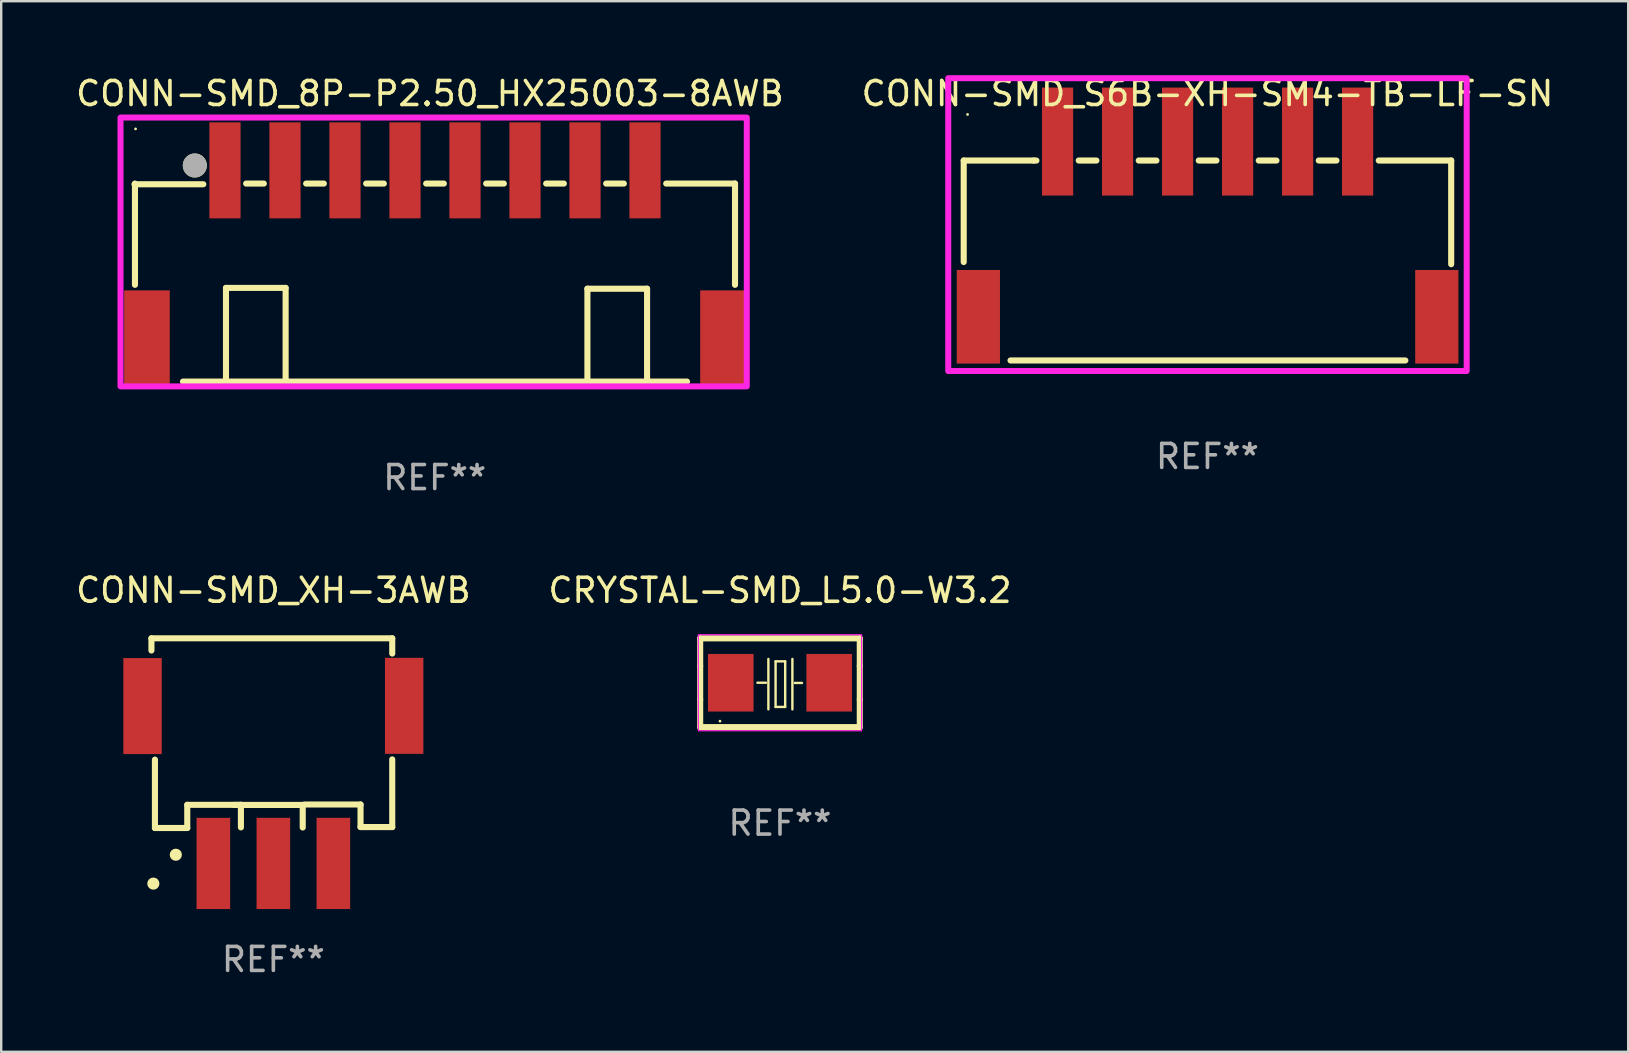
<source format=kicad_pcb>
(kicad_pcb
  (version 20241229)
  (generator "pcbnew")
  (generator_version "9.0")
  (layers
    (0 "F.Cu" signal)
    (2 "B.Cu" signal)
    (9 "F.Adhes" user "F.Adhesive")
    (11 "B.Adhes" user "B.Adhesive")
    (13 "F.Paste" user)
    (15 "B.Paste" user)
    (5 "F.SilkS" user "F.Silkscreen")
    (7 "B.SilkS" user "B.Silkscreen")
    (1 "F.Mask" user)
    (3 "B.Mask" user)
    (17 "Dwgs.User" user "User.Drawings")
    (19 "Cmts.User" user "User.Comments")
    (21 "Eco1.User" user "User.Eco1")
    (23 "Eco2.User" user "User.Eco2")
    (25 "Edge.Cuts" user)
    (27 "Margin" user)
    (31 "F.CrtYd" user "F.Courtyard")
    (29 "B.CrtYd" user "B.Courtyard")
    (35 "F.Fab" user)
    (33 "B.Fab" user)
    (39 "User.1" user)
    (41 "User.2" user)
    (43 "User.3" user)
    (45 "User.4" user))
  (footprint "CONN-SMD_8P-P2.50_HX25003-8AWB"
    (layer "F.Cu")
    (at 15.063 8.448)
    (property "Reference" "CONN-SMD_8P-P2.50_HX25003-8AWB" (at -0.2 -7.6 0) (layer "F.SilkS") (effects (font (size 1 1) (thickness 0.15))))
    (attr through_hole)
    (fp_line (start -12.49 -3.85) (end -12.49 0.369) (stroke (width 0.254) (type solid)) (layer "F.SilkS"))
    (fp_line (start -10.49 4.4) (end 10.51 4.4) (stroke (width 0.254) (type solid)) (layer "F.SilkS"))
    (fp_line (start -9.642 -3.821) (end -12.51 -3.821) (stroke (width 0.254) (type solid)) (layer "F.SilkS"))
    (fp_line (start -8.698 0.497) (end -6.213 0.497) (stroke (width 0.254) (type solid)) (layer "F.SilkS"))
    (fp_line (start -8.698 4.4) (end -8.698 0.497) (stroke (width 0.254) (type solid)) (layer "F.SilkS"))
    (fp_line (start -7.121 -3.85) (end -7.858 -3.85) (stroke (width 0.254) (type solid)) (layer "F.SilkS"))
    (fp_line (start -6.213 0.497) (end -6.213 4.4) (stroke (width 0.254) (type solid)) (layer "F.SilkS"))
    (fp_line (start -4.621 -3.85) (end -5.358 -3.85) (stroke (width 0.254) (type solid)) (layer "F.SilkS"))
    (fp_line (start -2.121 -3.85) (end -2.858 -3.85) (stroke (width 0.254) (type solid)) (layer "F.SilkS"))
    (fp_line (start 0.379 -3.85) (end -0.358 -3.85) (stroke (width 0.254) (type solid)) (layer "F.SilkS"))
    (fp_line (start 2.879 -3.85) (end 2.142 -3.85) (stroke (width 0.254) (type solid)) (layer "F.SilkS"))
    (fp_line (start 5.379 -3.85) (end 4.642 -3.85) (stroke (width 0.254) (type solid)) (layer "F.SilkS"))
    (fp_line (start 6.36 0.531) (end 6.36 4.4) (stroke (width 0.254) (type solid)) (layer "F.SilkS"))
    (fp_line (start 6.36 0.531) (end 8.846 0.531) (stroke (width 0.254) (type solid)) (layer "F.SilkS"))
    (fp_line (start 7.879 -3.85) (end 7.142 -3.85) (stroke (width 0.254) (type solid)) (layer "F.SilkS"))
    (fp_line (start 8.846 0.531) (end 8.846 4.4) (stroke (width 0.254) (type solid)) (layer "F.SilkS"))
    (fp_line (start 12.51 -3.85) (end 9.642 -3.85) (stroke (width 0.254) (type solid)) (layer "F.SilkS"))
    (fp_line (start 12.51 -3.85) (end 12.51 0.369) (stroke (width 0.254) (type solid)) (layer "F.SilkS"))
    (fp_circle (center -12.465 -6.127) (end -12.435 -6.127) (stroke (width 0.06) (type solid)) (fill no) (layer "F.SilkS"))
    (fp_circle (center -9.994 -4.605) (end -9.744 -4.605) (stroke (width 0.5) (type solid)) (fill no) (layer "F.SilkS"))
    (fp_rect (start -13.092 4.6) (end 13 -6.6) (stroke (width 0.25) (type solid)) (fill no) (layer "F.CrtYd"))
    (fp_circle (center -10 -4.6) (end -9.75 -4.6) (stroke (width 0.5) (type solid)) (fill no) (layer "F.Fab"))
    (fp_text user "REF**" (at 0 8.4 0) (layer "F.Fab") (effects (font (size 1 1) (thickness 0.15))))
    (pad "1" smd rect (at -8.74 -4.4) (size 1.3 4) (layers "F.Cu" "F.Mask" "F.Paste"))
    (pad "2" smd rect (at -6.24 -4.4) (size 1.3 4) (layers "F.Cu" "F.Mask" "F.Paste"))
    (pad "3" smd rect (at -3.74 -4.4) (size 1.3 4) (layers "F.Cu" "F.Mask" "F.Paste"))
    (pad "4" smd rect (at -1.24 -4.4) (size 1.3 4) (layers "F.Cu" "F.Mask" "F.Paste"))
    (pad "5" smd rect (at 1.26 -4.4) (size 1.3 4) (layers "F.Cu" "F.Mask" "F.Paste"))
    (pad "6" smd rect (at 3.76 -4.4) (size 1.3 4) (layers "F.Cu" "F.Mask" "F.Paste"))
    (pad "7" smd rect (at 6.26 -4.4) (size 1.3 4) (layers "F.Cu" "F.Mask" "F.Paste"))
    (pad "8" smd rect (at 8.76 -4.4) (size 1.3 4) (layers "F.Cu" "F.Mask" "F.Paste"))
    (pad "9" smd rect (at 12.01 2.6) (size 1.9 4) (layers "F.Cu" "F.Mask" "F.Paste"))
    (pad "10" smd rect (at -11.99 2.6) (size 1.9 4) (layers "F.Cu" "F.Mask" "F.Paste")))
  (footprint "CONN-SMD_XH-3AWB"
    (layer "F.Cu")
    (at 8.339 28.234)
    (property "Reference" "CONN-SMD_XH-3AWB" (at 0 -6.69 0) (layer "F.SilkS") (effects (font (size 1 1) (thickness 0.15))))
    (attr through_hole)
    (fp_line (start -5.08 -4.69) (end 4.953 -4.69) (stroke (width 0.254) (type solid)) (layer "F.SilkS"))
    (fp_line (start -5.08 -4.182) (end -5.08 -4.69) (stroke (width 0.254) (type solid)) (layer "F.SilkS"))
    (fp_line (start -4.934 3.213) (end -4.934 0.364) (stroke (width 0.254) (type solid)) (layer "F.SilkS"))
    (fp_line (start -4.934 3.213) (end -3.587 3.213) (stroke (width 0.254) (type solid)) (layer "F.SilkS"))
    (fp_line (start -3.587 2.247) (end -1.352 2.247) (stroke (width 0.254) (type solid)) (layer "F.SilkS"))
    (fp_line (start -3.587 3.213) (end -3.587 2.247) (stroke (width 0.254) (type solid)) (layer "F.SilkS"))
    (fp_line (start -1.647 2.252) (end 1.223 2.252) (stroke (width 0.254) (type solid)) (layer "F.SilkS"))
    (fp_line (start -1.352 2.247) (end -1.352 3.187) (stroke (width 0.254) (type solid)) (layer "F.SilkS"))
    (fp_line (start 1.223 2.252) (end 1.223 3.192) (stroke (width 0.254) (type solid)) (layer "F.SilkS"))
    (fp_line (start 1.295 2.234) (end 3.632 2.234) (stroke (width 0.254) (type solid)) (layer "F.SilkS"))
    (fp_line (start 3.632 2.234) (end 3.632 3.174) (stroke (width 0.254) (type solid)) (layer "F.SilkS"))
    (fp_line (start 3.632 3.174) (end 4.953 3.174) (stroke (width 0.254) (type solid)) (layer "F.SilkS"))
    (fp_line (start 4.953 -4.69) (end 4.953 -4.055) (stroke (width 0.254) (type solid)) (layer "F.SilkS"))
    (fp_line (start 4.953 3.174) (end 4.953 0.354) (stroke (width 0.254) (type solid)) (layer "F.SilkS"))
    (fp_circle (center -5 5.53) (end -4.873 5.53) (stroke (width 0.254) (type solid)) (fill no) (layer "F.SilkS"))
    (fp_circle (center -4.064 4.327) (end -3.937 4.327) (stroke (width 0.254) (type solid)) (fill no) (layer "F.SilkS"))
    (fp_text user "REF**" (at 0 8.69 0) (layer "F.Fab") (effects (font (size 1 1) (thickness 0.15))))
    (pad "1" smd rect (at -2.5 4.69) (size 1.4 3.8) (layers "F.Cu" "F.Mask" "F.Paste"))
    (pad "2" smd rect (at -0.000127 4.689) (size 1.4 3.8) (layers "F.Cu" "F.Mask" "F.Paste"))
    (pad "3" smd rect (at 2.5 4.689) (size 1.4 3.8) (layers "F.Cu" "F.Mask" "F.Paste"))
    (pad "4" smd rect (at 5.45 -1.877) (size 1.6 4) (layers "F.Cu" "F.Mask" "F.Paste"))
    (pad "5" smd rect (at -5.45 -1.867) (size 1.6 4) (layers "F.Cu" "F.Mask" "F.Paste")))
  (footprint "CONN-SMD_S6B-XH-SM4-TB-LF-SN"
    (layer "F.Cu")
    (at 47.256 7.408)
    (property "Reference" "CONN-SMD_S6B-XH-SM4-TB-LF-SN" (at 0 -6.56 0) (layer "F.SilkS") (effects (font (size 1 1) (thickness 0.15))))
    (attr through_hole)
    (fp_line (start -10.155 -3.77) (end -10.155 0.46) (stroke (width 0.254) (type solid)) (layer "F.SilkS"))
    (fp_line (start -8.205 4.56) (end 8.245 4.56) (stroke (width 0.254) (type solid)) (layer "F.SilkS"))
    (fp_line (start -7.235 -3.77) (end -10.155 -3.77) (stroke (width 0.254) (type solid)) (layer "F.SilkS"))
    (fp_line (start -7.235 -3.77) (end -7.126 -3.77) (stroke (width 0.254) (type solid)) (layer "F.SilkS"))
    (fp_line (start -5.364 -3.77) (end -4.626 -3.77) (stroke (width 0.254) (type solid)) (layer "F.SilkS"))
    (fp_line (start -2.864 -3.77) (end -2.126 -3.77) (stroke (width 0.254) (type solid)) (layer "F.SilkS"))
    (fp_line (start -0.364 -3.77) (end 0.374 -3.77) (stroke (width 0.254) (type solid)) (layer "F.SilkS"))
    (fp_line (start 2.136 -3.77) (end 2.874 -3.77) (stroke (width 0.254) (type solid)) (layer "F.SilkS"))
    (fp_line (start 4.636 -3.77) (end 5.374 -3.77) (stroke (width 0.254) (type solid)) (layer "F.SilkS"))
    (fp_line (start 7.136 -3.77) (end 10.155 -3.77) (stroke (width 0.254) (type solid)) (layer "F.SilkS"))
    (fp_line (start 10.155 -3.77) (end 10.155 0.55) (stroke (width 0.254) (type solid)) (layer "F.SilkS"))
    (fp_circle (center -9.995 -5.69) (end -9.965 -5.69) (stroke (width 0.06) (type solid)) (fill no) (layer "F.SilkS"))
    (fp_rect (start -10.8 5) (end 10.8 -7.2) (stroke (width 0.25) (type solid)) (fill no) (layer "F.CrtYd"))
    (fp_text user "REF**" (at 0 8.56 0) (layer "F.Fab") (effects (font (size 1 1) (thickness 0.15))))
    (pad "1" smd rect (at -6.245 -4.56) (size 1.3 4.5) (layers "F.Cu" "F.Mask" "F.Paste"))
    (pad "2" smd rect (at -3.745 -4.56) (size 1.3 4.5) (layers "F.Cu" "F.Mask" "F.Paste"))
    (pad "3" smd rect (at -1.245 -4.56) (size 1.3 4.5) (layers "F.Cu" "F.Mask" "F.Paste"))
    (pad "4" smd rect (at 1.255 -4.56) (size 1.3 4.5) (layers "F.Cu" "F.Mask" "F.Paste"))
    (pad "5" smd rect (at 3.755 -4.56) (size 1.3 4.5) (layers "F.Cu" "F.Mask" "F.Paste"))
    (pad "6" smd rect (at 6.255 -4.56) (size 1.3 4.5) (layers "F.Cu" "F.Mask" "F.Paste"))
    (pad "7" smd rect (at 9.555 2.74) (size 1.8 3.9) (layers "F.Cu" "F.Mask" "F.Paste"))
    (pad "8" smd rect (at -9.545 2.74) (size 1.8 3.9) (layers "F.Cu" "F.Mask" "F.Paste")))
  (footprint "CRYSTAL-SMD_L5.0-W3.2"
    (layer "F.Cu")
    (at 29.446 25.395)
    (property "Reference" "CRYSTAL-SMD_L5.0-W3.2" (at 0 -3.85 0) (layer "F.SilkS") (effects (font (size 1 1) (thickness 0.15))))
    (attr through_hole)
    (fp_line (start -3.325 0.7) (end -3.325 -0.7) (stroke (width 0.254) (type solid)) (layer "F.SilkS"))
    (fp_line (start -3.325 -1.85) (end 3.325 -1.85) (stroke (width 0.254) (type solid)) (layer "F.SilkS"))
    (fp_line (start -3.325 -0.7) (end -3.325 -1.85) (stroke (width 0.254) (type solid)) (layer "F.SilkS"))
    (fp_line (start -3.325 1.85) (end -3.325 0.7) (stroke (width 0.254) (type solid)) (layer "F.SilkS"))
    (fp_line (start -0.94 -0.000127) (end -0.584 -0.000127) (stroke (width 0.1) (type solid)) (layer "F.SilkS"))
    (fp_line (start -0.483 -0.991) (end -0.483 1.109) (stroke (width 0.1) (type solid)) (layer "F.SilkS"))
    (fp_line (start -0.183 -0.891) (end -0.183 1.009) (stroke (width 0.1) (type solid)) (layer "F.SilkS"))
    (fp_line (start -0.183 1.009) (end 0.217 1.009) (stroke (width 0.1) (type solid)) (layer "F.SilkS"))
    (fp_line (start 0.217 -0.891) (end -0.183 -0.891) (stroke (width 0.1) (type solid)) (layer "F.SilkS"))
    (fp_line (start 0.217 1.009) (end 0.217 -0.891) (stroke (width 0.1) (type solid)) (layer "F.SilkS"))
    (fp_line (start 0.517 -0.991) (end 0.517 1.109) (stroke (width 0.1) (type solid)) (layer "F.SilkS"))
    (fp_line (start 0.617 0.009) (end 0.917 0.009) (stroke (width 0.1) (type solid)) (layer "F.SilkS"))
    (fp_line (start 3.325 -1.85) (end 3.325 -0.7) (stroke (width 0.254) (type solid)) (layer "F.SilkS"))
    (fp_line (start 3.325 0.7) (end 3.325 1.85) (stroke (width 0.254) (type solid)) (layer "F.SilkS"))
    (fp_line (start 3.325 1.85) (end -3.325 1.85) (stroke (width 0.254) (type solid)) (layer "F.SilkS"))
    (fp_line (start 3.325 -0.7) (end 3.325 0.7) (stroke (width 0.254) (type solid)) (layer "F.SilkS"))
    (fp_circle (center -2.5 1.6) (end -2.47 1.6) (stroke (width 0.06) (type solid)) (fill no) (layer "F.SilkS"))
    (fp_rect (start -3.4 -2) (end 3.4 2) (stroke (width 0.05) (type solid)) (fill no) (layer "F.CrtYd"))
    (fp_text user "REF**" (at 0 5.85 0) (layer "F.Fab") (effects (font (size 1 1) (thickness 0.15))))
    (pad "1" smd rect (at -2.05 -0.000203) (size 1.9 2.4) (layers "F.Cu" "F.Mask" "F.Paste"))
    (pad "2" smd rect (at 2.05 -0.000203) (size 1.9 2.4) (layers "F.Cu" "F.Mask" "F.Paste")))
  (gr_rect
    (start -3 -3)
    (end 64.786 40.772)
    (stroke (width 0.1) (type default))
    (fill no)
    (layer "Edge.Cuts")))
</source>
